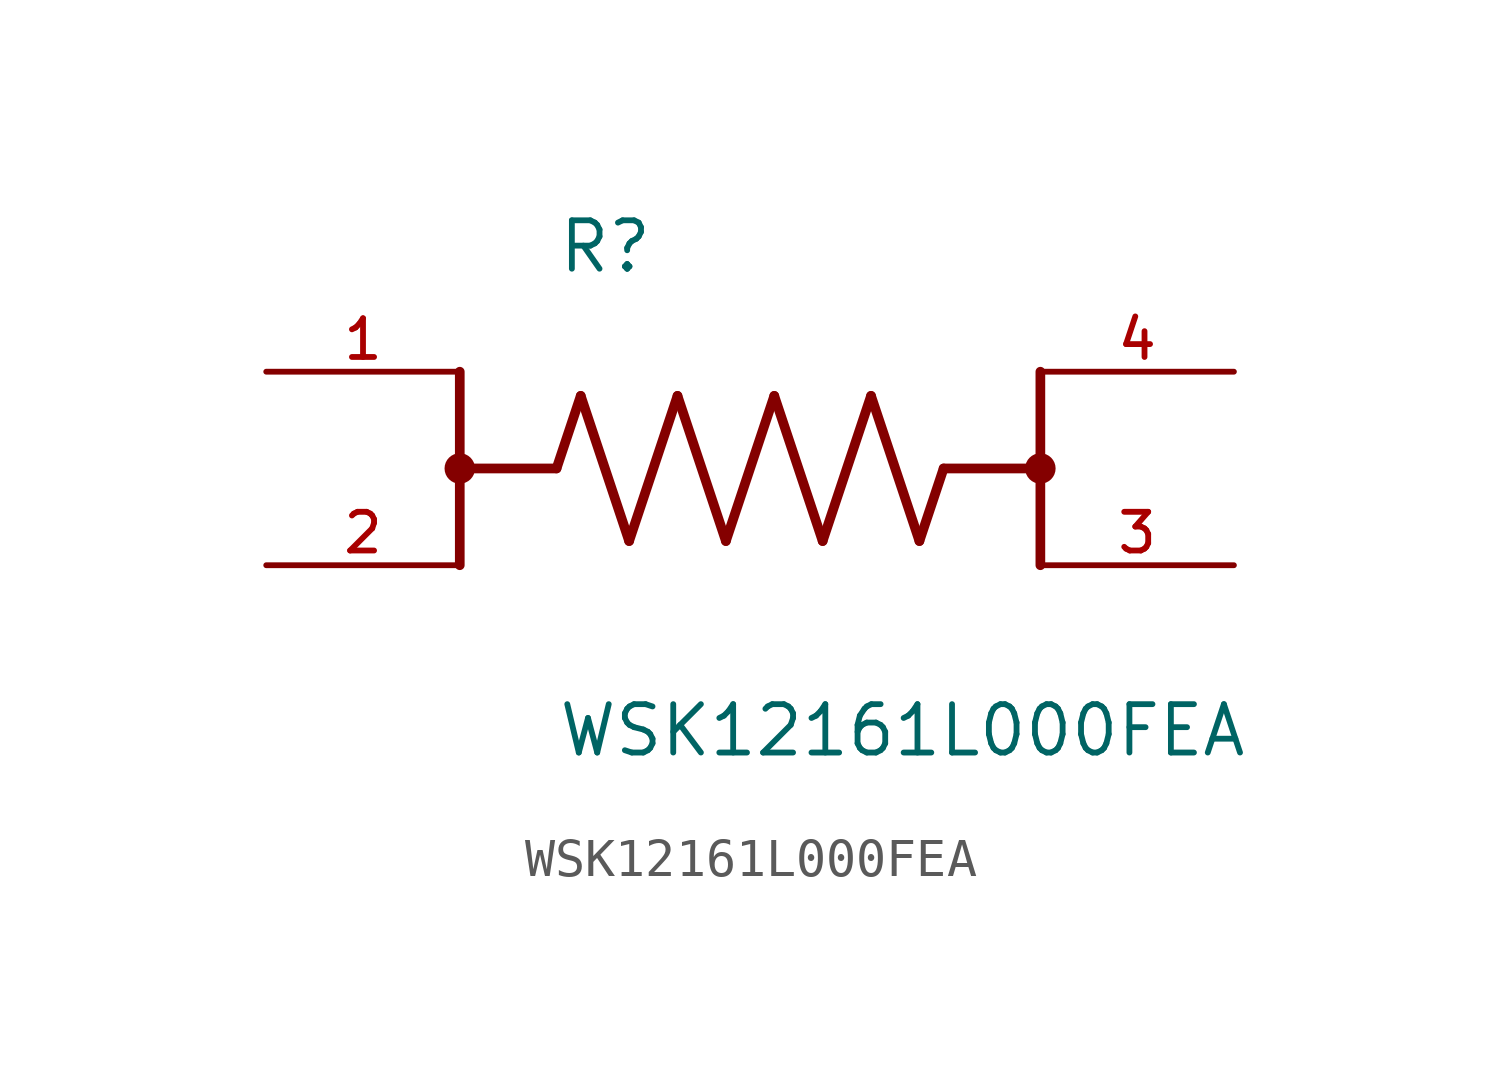
<source format=kicad_sym>
(kicad_symbol_lib
  (version 20211014)
  (generator kicad_symbol_editor)
  (symbol "WSK12161L000FEA"
    (pin_names
      (offset 1.016))
    (property "Reference" "R"
      (at -5.08 5.08 0)
      (effects (font (size 1.27 1.27)) (justify bottom left)))
    (property "Value" "WSK12161L000FEA"
      (at -5.08 -7.62 0)
      (effects (font (size 1.27 1.27)) (justify bottom left)))
    (symbol "WSK12161L000FEA_0_0"
      (polyline (pts (xy -5.08 0.0) (xy -4.445 1.905)) (stroke (width 0.254)))
      (polyline (pts (xy -4.445 1.905) (xy -3.175 -1.905)) (stroke (width 0.254)))
      (polyline (pts (xy -3.175 -1.905) (xy -1.905 1.905)) (stroke (width 0.254)))
      (polyline (pts (xy -1.905 1.905) (xy -0.635 -1.905)) (stroke (width 0.254)))
      (polyline (pts (xy -0.635 -1.905) (xy 0.635 1.905)) (stroke (width 0.254)))
      (polyline (pts (xy 0.635 1.905) (xy 1.905 -1.905)) (stroke (width 0.254)))
      (polyline (pts (xy 1.905 -1.905) (xy 3.175 1.905)) (stroke (width 0.254)))
      (polyline (pts (xy 3.175 1.905) (xy 4.445 -1.905)) (stroke (width 0.254)))
      (polyline (pts (xy 4.445 -1.905) (xy 5.08 0.0)) (stroke (width 0.254)))
      (polyline (pts (xy -7.62 2.54) (xy -7.62 0.0)) (stroke (width 0.254)))
      (polyline (pts (xy -7.62 0.0) (xy -5.08 0.0)) (stroke (width 0.254)))
      (polyline (pts (xy -7.62 0.0) (xy -7.62 -2.54)) (stroke (width 0.254)))
      (polyline (pts (xy 7.62 2.54) (xy 7.62 0.0)) (stroke (width 0.254)))
      (polyline (pts (xy 7.62 0.0) (xy 5.08 0.0)) (stroke (width 0.254)))
      (polyline (pts (xy 7.62 0.0) (xy 7.62 -2.54)) (stroke (width 0.254)))
      (circle (center -7.62 0.0) (radius 0.2) (stroke (width 0.4)) (fill (type none)))
      (circle (center 7.62 0.0) (radius 0.2) (stroke (width 0.4)) (fill (type none)))
      (pin passive line (at -12.7 2.54 0) (length 5.08) (name "~" (effects (font (size 1.016 1.016)))) (number "1" (effects (font (size 1.016 1.016)))))
      (pin passive line (at 12.7 2.54 180.0) (length 5.08) (name "~" (effects (font (size 1.016 1.016)))) (number "4" (effects (font (size 1.016 1.016)))))
      (pin passive line (at -12.7 -2.54 0) (length 5.08) (name "~" (effects (font (size 1.016 1.016)))) (number "2" (effects (font (size 1.016 1.016)))))
      (pin passive line (at 12.7 -2.54 180.0) (length 5.08) (name "~" (effects (font (size 1.016 1.016)))) (number "3" (effects (font (size 1.016 1.016))))))))
</source>
